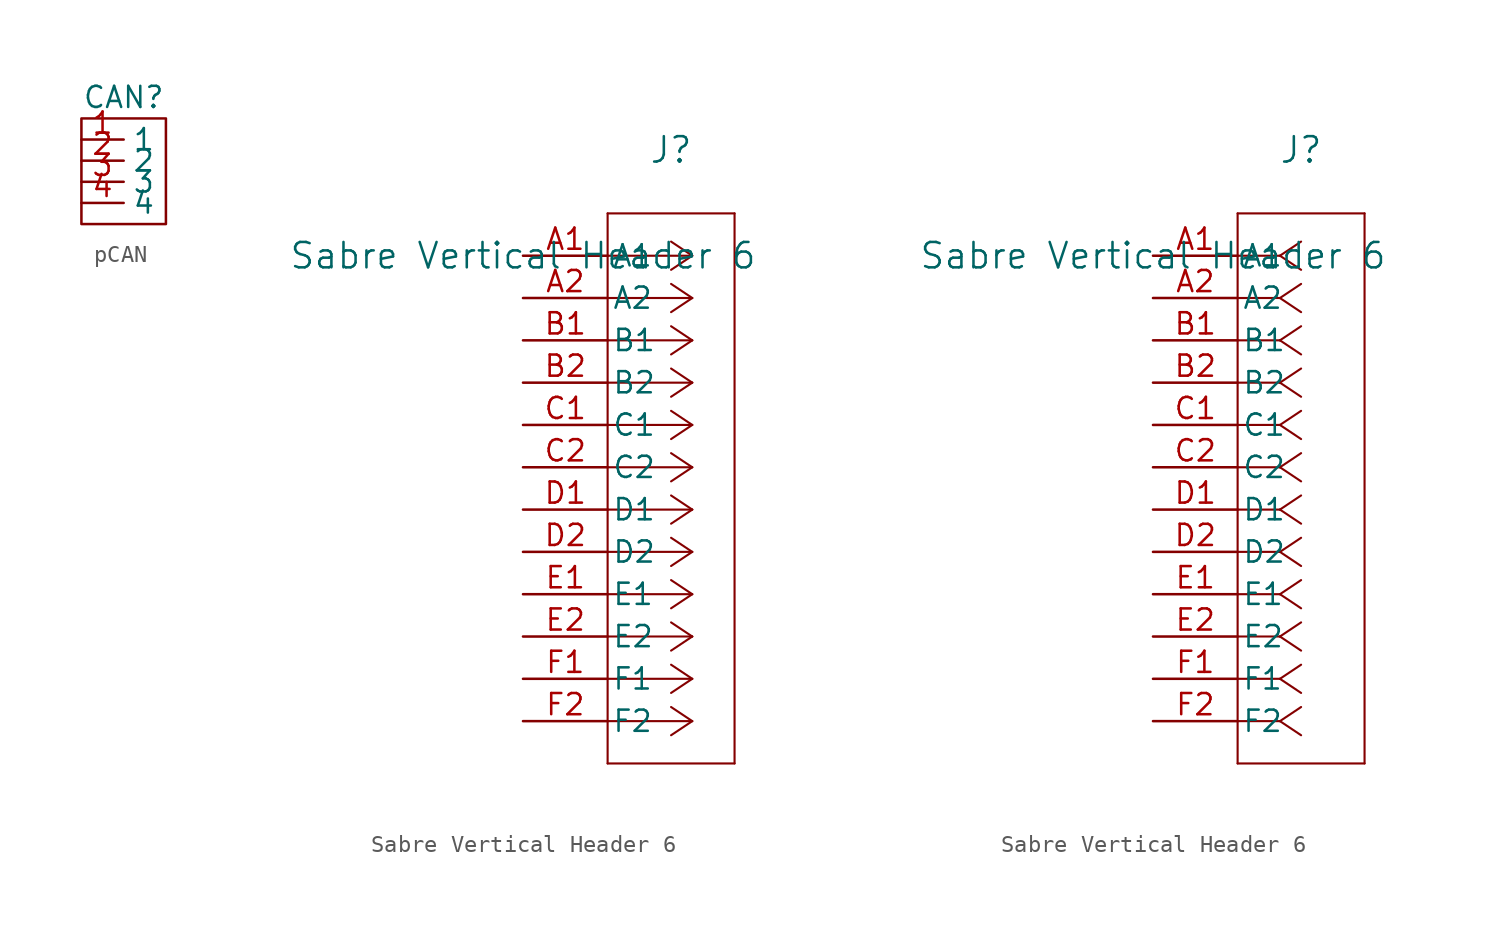
<source format=kicad_sym>
(kicad_symbol_lib
  (version 20231120)
  (generator "kicad_symbol_editor")
  (generator_version "8.0")
  (symbol "pCAN"
    (property "Reference" "CAN"
      (at 0 3.81 0)
      (effects (font (size 1.27 1.27))))
    (property "Value" ""
      (at 0 0 0)
      (effects (font (size 1.27 1.27))))
    (symbol "pCAN_0_1"
      (rectangle (start -2.54 2.54) (end 2.54 -3.81) (stroke (width 0) (type default)) (fill (type none))))
    (symbol "pCAN_1_1"
      (pin input line (at -2.54 1.27 0) (length 2.54) (name "1" (effects (font (size 1.27 1.27)))) (number "1" (effects (font (size 1.27 1.27)))))
      (pin input line (at -2.54 0 0) (length 2.54) (name "2" (effects (font (size 1.27 1.27)))) (number "2" (effects (font (size 1.27 1.27)))))
      (pin input line (at -2.54 -1.27 0) (length 2.54) (name "3" (effects (font (size 1.27 1.27)))) (number "3" (effects (font (size 1.27 1.27)))))
      (pin input line (at -2.54 -2.54 0) (length 2.54) (name "4" (effects (font (size 1.27 1.27)))) (number "4" (effects (font (size 1.27 1.27)))))))
  (symbol "Sabre Vertical Header 6"
    (pin_names
      (offset 0.254))
    (property "Reference" "J"
      (at 8.89 6.35 0)
      (effects (font (size 1.524 1.524))))
    (property "Value" "Sabre Vertical Header 6"
      (at 0 0 0)
      (effects (font (size 1.524 1.524))))
    (symbol "Sabre Vertical Header 6_1_1"
      (polyline (pts (xy 5.08 -30.48) (xy 12.7 -30.48)) (stroke (width 0.127) (type default)) (fill (type none)))
      (polyline (pts (xy 5.08 2.54) (xy 5.08 -30.48)) (stroke (width 0.127) (type default)) (fill (type none)))
      (polyline (pts (xy 10.16 -27.94) (xy 5.08 -27.94)) (stroke (width 0.127) (type default)) (fill (type none)))
      (polyline (pts (xy 10.16 -27.94) (xy 8.89 -28.787)) (stroke (width 0.127) (type default)) (fill (type none)))
      (polyline (pts (xy 10.16 -27.94) (xy 8.89 -27.093)) (stroke (width 0.127) (type default)) (fill (type none)))
      (polyline (pts (xy 10.16 -25.4) (xy 5.08 -25.4)) (stroke (width 0.127) (type default)) (fill (type none)))
      (polyline (pts (xy 10.16 -25.4) (xy 8.89 -26.247)) (stroke (width 0.127) (type default)) (fill (type none)))
      (polyline (pts (xy 10.16 -25.4) (xy 8.89 -24.553)) (stroke (width 0.127) (type default)) (fill (type none)))
      (polyline (pts (xy 10.16 -22.86) (xy 5.08 -22.86)) (stroke (width 0.127) (type default)) (fill (type none)))
      (polyline (pts (xy 10.16 -22.86) (xy 8.89 -23.707)) (stroke (width 0.127) (type default)) (fill (type none)))
      (polyline (pts (xy 10.16 -22.86) (xy 8.89 -22.013)) (stroke (width 0.127) (type default)) (fill (type none)))
      (polyline (pts (xy 10.16 -20.32) (xy 5.08 -20.32)) (stroke (width 0.127) (type default)) (fill (type none)))
      (polyline (pts (xy 10.16 -20.32) (xy 8.89 -21.167)) (stroke (width 0.127) (type default)) (fill (type none)))
      (polyline (pts (xy 10.16 -20.32) (xy 8.89 -19.473)) (stroke (width 0.127) (type default)) (fill (type none)))
      (polyline (pts (xy 10.16 -17.78) (xy 5.08 -17.78)) (stroke (width 0.127) (type default)) (fill (type none)))
      (polyline (pts (xy 10.16 -17.78) (xy 8.89 -18.627)) (stroke (width 0.127) (type default)) (fill (type none)))
      (polyline (pts (xy 10.16 -17.78) (xy 8.89 -16.933)) (stroke (width 0.127) (type default)) (fill (type none)))
      (polyline (pts (xy 10.16 -15.24) (xy 5.08 -15.24)) (stroke (width 0.127) (type default)) (fill (type none)))
      (polyline (pts (xy 10.16 -15.24) (xy 8.89 -16.087)) (stroke (width 0.127) (type default)) (fill (type none)))
      (polyline (pts (xy 10.16 -15.24) (xy 8.89 -14.393)) (stroke (width 0.127) (type default)) (fill (type none)))
      (polyline (pts (xy 10.16 -12.7) (xy 5.08 -12.7)) (stroke (width 0.127) (type default)) (fill (type none)))
      (polyline (pts (xy 10.16 -12.7) (xy 8.89 -13.547)) (stroke (width 0.127) (type default)) (fill (type none)))
      (polyline (pts (xy 10.16 -12.7) (xy 8.89 -11.853)) (stroke (width 0.127) (type default)) (fill (type none)))
      (polyline (pts (xy 10.16 -10.16) (xy 5.08 -10.16)) (stroke (width 0.127) (type default)) (fill (type none)))
      (polyline (pts (xy 10.16 -10.16) (xy 8.89 -11.007)) (stroke (width 0.127) (type default)) (fill (type none)))
      (polyline (pts (xy 10.16 -10.16) (xy 8.89 -9.313)) (stroke (width 0.127) (type default)) (fill (type none)))
      (polyline (pts (xy 10.16 -7.62) (xy 5.08 -7.62)) (stroke (width 0.127) (type default)) (fill (type none)))
      (polyline (pts (xy 10.16 -7.62) (xy 8.89 -8.467)) (stroke (width 0.127) (type default)) (fill (type none)))
      (polyline (pts (xy 10.16 -7.62) (xy 8.89 -6.773)) (stroke (width 0.127) (type default)) (fill (type none)))
      (polyline (pts (xy 10.16 -5.08) (xy 5.08 -5.08)) (stroke (width 0.127) (type default)) (fill (type none)))
      (polyline (pts (xy 10.16 -5.08) (xy 8.89 -5.927)) (stroke (width 0.127) (type default)) (fill (type none)))
      (polyline (pts (xy 10.16 -5.08) (xy 8.89 -4.233)) (stroke (width 0.127) (type default)) (fill (type none)))
      (polyline (pts (xy 10.16 -2.54) (xy 5.08 -2.54)) (stroke (width 0.127) (type default)) (fill (type none)))
      (polyline (pts (xy 10.16 -2.54) (xy 8.89 -3.387)) (stroke (width 0.127) (type default)) (fill (type none)))
      (polyline (pts (xy 10.16 -2.54) (xy 8.89 -1.693)) (stroke (width 0.127) (type default)) (fill (type none)))
      (polyline (pts (xy 10.16 0) (xy 5.08 0)) (stroke (width 0.127) (type default)) (fill (type none)))
      (polyline (pts (xy 10.16 0) (xy 8.89 -0.847)) (stroke (width 0.127) (type default)) (fill (type none)))
      (polyline (pts (xy 10.16 0) (xy 8.89 0.847)) (stroke (width 0.127) (type default)) (fill (type none)))
      (polyline (pts (xy 12.7 -30.48) (xy 12.7 2.54)) (stroke (width 0.127) (type default)) (fill (type none)))
      (polyline (pts (xy 12.7 2.54) (xy 5.08 2.54)) (stroke (width 0.127) (type default)) (fill (type none)))
      (pin unspecified line (at 0 0 0) (length 5.08) (name "A1" (effects (font (size 1.27 1.27)))) (number "A1" (effects (font (size 1.27 1.27)))))
      (pin unspecified line (at 0 -2.54 0) (length 5.08) (name "A2" (effects (font (size 1.27 1.27)))) (number "A2" (effects (font (size 1.27 1.27)))))
      (pin unspecified line (at 0 -5.08 0) (length 5.08) (name "B1" (effects (font (size 1.27 1.27)))) (number "B1" (effects (font (size 1.27 1.27)))))
      (pin unspecified line (at 0 -7.62 0) (length 5.08) (name "B2" (effects (font (size 1.27 1.27)))) (number "B2" (effects (font (size 1.27 1.27)))))
      (pin unspecified line (at 0 -10.16 0) (length 5.08) (name "C1" (effects (font (size 1.27 1.27)))) (number "C1" (effects (font (size 1.27 1.27)))))
      (pin unspecified line (at 0 -12.7 0) (length 5.08) (name "C2" (effects (font (size 1.27 1.27)))) (number "C2" (effects (font (size 1.27 1.27)))))
      (pin unspecified line (at 0 -15.24 0) (length 5.08) (name "D1" (effects (font (size 1.27 1.27)))) (number "D1" (effects (font (size 1.27 1.27)))))
      (pin unspecified line (at 0 -17.78 0) (length 5.08) (name "D2" (effects (font (size 1.27 1.27)))) (number "D2" (effects (font (size 1.27 1.27)))))
      (pin unspecified line (at 0 -20.32 0) (length 5.08) (name "E1" (effects (font (size 1.27 1.27)))) (number "E1" (effects (font (size 1.27 1.27)))))
      (pin unspecified line (at 0 -22.86 0) (length 5.08) (name "E2" (effects (font (size 1.27 1.27)))) (number "E2" (effects (font (size 1.27 1.27)))))
      (pin unspecified line (at 0 -25.4 0) (length 5.08) (name "F1" (effects (font (size 1.27 1.27)))) (number "F1" (effects (font (size 1.27 1.27)))))
      (pin unspecified line (at 0 -27.94 0) (length 5.08) (name "F2" (effects (font (size 1.27 1.27)))) (number "F2" (effects (font (size 1.27 1.27))))))
    (symbol "Sabre Vertical Header 6_1_2"
      (polyline (pts (xy 5.08 -30.48) (xy 12.7 -30.48)) (stroke (width 0.127) (type default)) (fill (type none)))
      (polyline (pts (xy 5.08 2.54) (xy 5.08 -30.48)) (stroke (width 0.127) (type default)) (fill (type none)))
      (polyline (pts (xy 7.62 -27.94) (xy 5.08 -27.94)) (stroke (width 0.127) (type default)) (fill (type none)))
      (polyline (pts (xy 7.62 -27.94) (xy 8.89 -28.787)) (stroke (width 0.127) (type default)) (fill (type none)))
      (polyline (pts (xy 7.62 -27.94) (xy 8.89 -27.093)) (stroke (width 0.127) (type default)) (fill (type none)))
      (polyline (pts (xy 7.62 -25.4) (xy 5.08 -25.4)) (stroke (width 0.127) (type default)) (fill (type none)))
      (polyline (pts (xy 7.62 -25.4) (xy 8.89 -26.247)) (stroke (width 0.127) (type default)) (fill (type none)))
      (polyline (pts (xy 7.62 -25.4) (xy 8.89 -24.553)) (stroke (width 0.127) (type default)) (fill (type none)))
      (polyline (pts (xy 7.62 -22.86) (xy 5.08 -22.86)) (stroke (width 0.127) (type default)) (fill (type none)))
      (polyline (pts (xy 7.62 -22.86) (xy 8.89 -23.707)) (stroke (width 0.127) (type default)) (fill (type none)))
      (polyline (pts (xy 7.62 -22.86) (xy 8.89 -22.013)) (stroke (width 0.127) (type default)) (fill (type none)))
      (polyline (pts (xy 7.62 -20.32) (xy 5.08 -20.32)) (stroke (width 0.127) (type default)) (fill (type none)))
      (polyline (pts (xy 7.62 -20.32) (xy 8.89 -21.167)) (stroke (width 0.127) (type default)) (fill (type none)))
      (polyline (pts (xy 7.62 -20.32) (xy 8.89 -19.473)) (stroke (width 0.127) (type default)) (fill (type none)))
      (polyline (pts (xy 7.62 -17.78) (xy 5.08 -17.78)) (stroke (width 0.127) (type default)) (fill (type none)))
      (polyline (pts (xy 7.62 -17.78) (xy 8.89 -18.627)) (stroke (width 0.127) (type default)) (fill (type none)))
      (polyline (pts (xy 7.62 -17.78) (xy 8.89 -16.933)) (stroke (width 0.127) (type default)) (fill (type none)))
      (polyline (pts (xy 7.62 -15.24) (xy 5.08 -15.24)) (stroke (width 0.127) (type default)) (fill (type none)))
      (polyline (pts (xy 7.62 -15.24) (xy 8.89 -16.087)) (stroke (width 0.127) (type default)) (fill (type none)))
      (polyline (pts (xy 7.62 -15.24) (xy 8.89 -14.393)) (stroke (width 0.127) (type default)) (fill (type none)))
      (polyline (pts (xy 7.62 -12.7) (xy 5.08 -12.7)) (stroke (width 0.127) (type default)) (fill (type none)))
      (polyline (pts (xy 7.62 -12.7) (xy 8.89 -13.547)) (stroke (width 0.127) (type default)) (fill (type none)))
      (polyline (pts (xy 7.62 -12.7) (xy 8.89 -11.853)) (stroke (width 0.127) (type default)) (fill (type none)))
      (polyline (pts (xy 7.62 -10.16) (xy 5.08 -10.16)) (stroke (width 0.127) (type default)) (fill (type none)))
      (polyline (pts (xy 7.62 -10.16) (xy 8.89 -11.007)) (stroke (width 0.127) (type default)) (fill (type none)))
      (polyline (pts (xy 7.62 -10.16) (xy 8.89 -9.313)) (stroke (width 0.127) (type default)) (fill (type none)))
      (polyline (pts (xy 7.62 -7.62) (xy 5.08 -7.62)) (stroke (width 0.127) (type default)) (fill (type none)))
      (polyline (pts (xy 7.62 -7.62) (xy 8.89 -8.467)) (stroke (width 0.127) (type default)) (fill (type none)))
      (polyline (pts (xy 7.62 -7.62) (xy 8.89 -6.773)) (stroke (width 0.127) (type default)) (fill (type none)))
      (polyline (pts (xy 7.62 -5.08) (xy 5.08 -5.08)) (stroke (width 0.127) (type default)) (fill (type none)))
      (polyline (pts (xy 7.62 -5.08) (xy 8.89 -5.927)) (stroke (width 0.127) (type default)) (fill (type none)))
      (polyline (pts (xy 7.62 -5.08) (xy 8.89 -4.233)) (stroke (width 0.127) (type default)) (fill (type none)))
      (polyline (pts (xy 7.62 -2.54) (xy 5.08 -2.54)) (stroke (width 0.127) (type default)) (fill (type none)))
      (polyline (pts (xy 7.62 -2.54) (xy 8.89 -3.387)) (stroke (width 0.127) (type default)) (fill (type none)))
      (polyline (pts (xy 7.62 -2.54) (xy 8.89 -1.693)) (stroke (width 0.127) (type default)) (fill (type none)))
      (polyline (pts (xy 7.62 0) (xy 5.08 0)) (stroke (width 0.127) (type default)) (fill (type none)))
      (polyline (pts (xy 7.62 0) (xy 8.89 -0.847)) (stroke (width 0.127) (type default)) (fill (type none)))
      (polyline (pts (xy 7.62 0) (xy 8.89 0.847)) (stroke (width 0.127) (type default)) (fill (type none)))
      (polyline (pts (xy 12.7 -30.48) (xy 12.7 2.54)) (stroke (width 0.127) (type default)) (fill (type none)))
      (polyline (pts (xy 12.7 2.54) (xy 5.08 2.54)) (stroke (width 0.127) (type default)) (fill (type none)))
      (pin unspecified line (at 0 0 0) (length 5.08) (name "A1" (effects (font (size 1.27 1.27)))) (number "A1" (effects (font (size 1.27 1.27)))))
      (pin unspecified line (at 0 -2.54 0) (length 5.08) (name "A2" (effects (font (size 1.27 1.27)))) (number "A2" (effects (font (size 1.27 1.27)))))
      (pin unspecified line (at 0 -5.08 0) (length 5.08) (name "B1" (effects (font (size 1.27 1.27)))) (number "B1" (effects (font (size 1.27 1.27)))))
      (pin unspecified line (at 0 -7.62 0) (length 5.08) (name "B2" (effects (font (size 1.27 1.27)))) (number "B2" (effects (font (size 1.27 1.27)))))
      (pin unspecified line (at 0 -10.16 0) (length 5.08) (name "C1" (effects (font (size 1.27 1.27)))) (number "C1" (effects (font (size 1.27 1.27)))))
      (pin unspecified line (at 0 -12.7 0) (length 5.08) (name "C2" (effects (font (size 1.27 1.27)))) (number "C2" (effects (font (size 1.27 1.27)))))
      (pin unspecified line (at 0 -15.24 0) (length 5.08) (name "D1" (effects (font (size 1.27 1.27)))) (number "D1" (effects (font (size 1.27 1.27)))))
      (pin unspecified line (at 0 -17.78 0) (length 5.08) (name "D2" (effects (font (size 1.27 1.27)))) (number "D2" (effects (font (size 1.27 1.27)))))
      (pin unspecified line (at 0 -20.32 0) (length 5.08) (name "E1" (effects (font (size 1.27 1.27)))) (number "E1" (effects (font (size 1.27 1.27)))))
      (pin unspecified line (at 0 -22.86 0) (length 5.08) (name "E2" (effects (font (size 1.27 1.27)))) (number "E2" (effects (font (size 1.27 1.27)))))
      (pin unspecified line (at 0 -25.4 0) (length 5.08) (name "F1" (effects (font (size 1.27 1.27)))) (number "F1" (effects (font (size 1.27 1.27)))))
      (pin unspecified line (at 0 -27.94 0) (length 5.08) (name "F2" (effects (font (size 1.27 1.27)))) (number "F2" (effects (font (size 1.27 1.27))))))))
</source>
